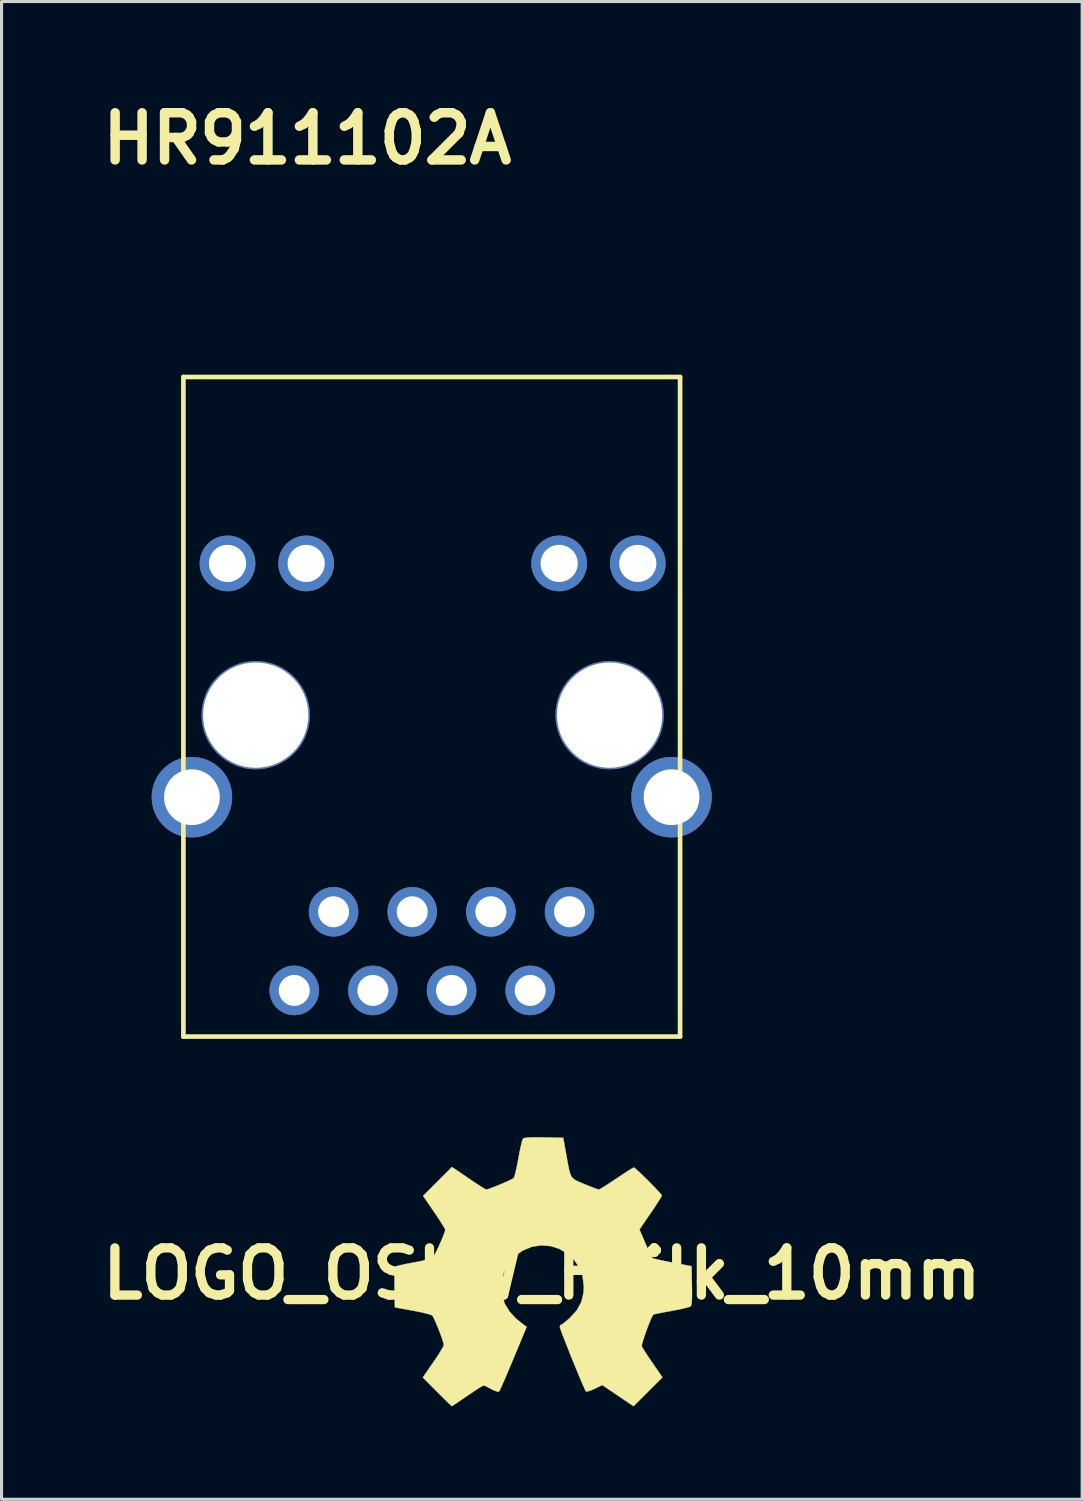
<source format=kicad_pcb>
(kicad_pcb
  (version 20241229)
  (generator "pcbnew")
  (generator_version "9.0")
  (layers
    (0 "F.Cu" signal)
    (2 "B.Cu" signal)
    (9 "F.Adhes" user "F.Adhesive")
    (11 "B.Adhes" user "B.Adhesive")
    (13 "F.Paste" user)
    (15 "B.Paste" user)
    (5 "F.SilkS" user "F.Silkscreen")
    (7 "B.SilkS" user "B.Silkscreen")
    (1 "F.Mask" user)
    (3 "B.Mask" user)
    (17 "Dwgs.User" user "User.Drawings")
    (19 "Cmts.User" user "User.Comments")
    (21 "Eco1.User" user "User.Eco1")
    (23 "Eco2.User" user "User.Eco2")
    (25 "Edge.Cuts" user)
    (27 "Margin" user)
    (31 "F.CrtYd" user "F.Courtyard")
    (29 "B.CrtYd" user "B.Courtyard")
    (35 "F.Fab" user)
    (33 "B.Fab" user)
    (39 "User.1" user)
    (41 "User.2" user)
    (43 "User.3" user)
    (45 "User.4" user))
  (footprint "LOGO_OSHW_FSilk_10mm"
    (layer "F.Cu")
    (at 14.449 38.085)
    (property "Reference" "LOGO_OSHW_FSilk_10mm" (at 0 0 0) (layer "F.SilkS") (effects (font (size 1.524 1.524) (thickness 0.3))))
    (attr through_hole)
    (fp_poly (pts (xy 0.062 -4.402) (xy 0.69 -4.389) (xy 0.791 -3.832) (xy 0.84 -3.562) (xy 0.879 -3.363) (xy 0.918 -3.223) (xy 0.966 -3.125) (xy 1.032 -3.056) (xy 1.125 -3.001) (xy 1.254 -2.944) (xy 1.377 -2.893) (xy 1.557 -2.82) (xy 1.708 -2.761) (xy 1.809 -2.726) (xy 1.839 -2.718) (xy 1.89 -2.742) (xy 2 -2.807) (xy 2.154 -2.905) (xy 2.338 -3.027) (xy 2.409 -3.075) (xy 2.6 -3.202) (xy 2.765 -3.31) (xy 2.891 -3.388) (xy 2.962 -3.428) (xy 2.972 -3.431) (xy 3.017 -3.401) (xy 3.108 -3.32) (xy 3.232 -3.203) (xy 3.375 -3.063) (xy 3.523 -2.915) (xy 3.661 -2.773) (xy 3.775 -2.651) (xy 3.852 -2.563) (xy 3.877 -2.524) (xy 3.853 -2.476) (xy 3.787 -2.369) (xy 3.689 -2.217) (xy 3.567 -2.034) (xy 3.515 -1.958) (xy 3.153 -1.428) (xy 3.345 -0.979) (xy 3.427 -0.794) (xy 3.501 -0.64) (xy 3.557 -0.536) (xy 3.584 -0.5) (xy 3.644 -0.482) (xy 3.773 -0.451) (xy 3.955 -0.412) (xy 4.172 -0.369) (xy 4.233 -0.357) (xy 4.835 -0.243) (xy 4.847 0.384) (xy 4.85 0.655) (xy 4.846 0.848) (xy 4.835 0.973) (xy 4.815 1.042) (xy 4.803 1.057) (xy 4.739 1.082) (xy 4.606 1.116) (xy 4.423 1.156) (xy 4.209 1.197) (xy 4.19 1.201) (xy 3.977 1.239) (xy 3.797 1.274) (xy 3.667 1.301) (xy 3.605 1.318) (xy 3.603 1.319) (xy 3.567 1.372) (xy 3.513 1.489) (xy 3.448 1.649) (xy 3.38 1.83) (xy 3.316 2.012) (xy 3.265 2.173) (xy 3.233 2.293) (xy 3.228 2.348) (xy 3.262 2.409) (xy 3.336 2.526) (xy 3.44 2.684) (xy 3.563 2.865) (xy 3.574 2.881) (xy 3.894 3.347) (xy 3.428 3.813) (xy 2.961 4.279) (xy 1.951 3.596) (xy 1.705 3.717) (xy 1.57 3.775) (xy 1.468 3.804) (xy 1.424 3.801) (xy 1.395 3.748) (xy 1.34 3.625) (xy 1.263 3.448) (xy 1.172 3.23) (xy 1.071 2.985) (xy 0.966 2.728) (xy 0.864 2.473) (xy 0.769 2.233) (xy 0.688 2.024) (xy 0.625 1.858) (xy 0.588 1.75) (xy 0.579 1.717) (xy 0.601 1.657) (xy 0.62 1.649) (xy 0.671 1.621) (xy 0.767 1.546) (xy 0.888 1.441) (xy 0.904 1.427) (xy 1.13 1.179) (xy 1.274 0.916) (xy 1.345 0.619) (xy 1.356 0.423) (xy 1.317 0.089) (xy 1.206 -0.205) (xy 1.036 -0.456) (xy 0.818 -0.657) (xy 0.562 -0.804) (xy 0.28 -0.892) (xy -0.018 -0.916) (xy -0.319 -0.871) (xy -0.612 -0.752) (xy -0.884 -0.558) (xy -1.093 -0.312) (xy -1.233 -0.022) (xy -1.302 0.293) (xy -1.296 0.617) (xy -1.211 0.932) (xy -1.185 0.991) (xy -1.038 1.23) (xy -0.828 1.454) (xy -0.613 1.627) (xy -0.49 1.716) (xy -0.916 2.741) (xy -1.034 3.024) (xy -1.143 3.281) (xy -1.238 3.499) (xy -1.312 3.667) (xy -1.362 3.772) (xy -1.38 3.804) (xy -1.439 3.807) (xy -1.549 3.767) (xy -1.629 3.727) (xy -1.754 3.661) (xy -1.85 3.618) (xy -1.882 3.609) (xy -1.933 3.634) (xy -2.042 3.7) (xy -2.194 3.798) (xy -2.373 3.919) (xy -2.409 3.944) (xy -2.589 4.067) (xy -2.741 4.17) (xy -2.85 4.243) (xy -2.904 4.277) (xy -2.906 4.278) (xy -2.941 4.248) (xy -3.027 4.166) (xy -3.153 4.043) (xy -3.307 3.889) (xy -3.383 3.814) (xy -3.845 3.35) (xy -3.504 2.858) (xy -3.378 2.671) (xy -3.273 2.506) (xy -3.199 2.379) (xy -3.165 2.305) (xy -3.164 2.297) (xy -3.181 2.222) (xy -3.224 2.089) (xy -3.286 1.92) (xy -3.357 1.74) (xy -3.428 1.57) (xy -3.49 1.435) (xy -3.533 1.356) (xy -3.538 1.35) (xy -3.598 1.323) (xy -3.729 1.285) (xy -3.911 1.243) (xy -4.126 1.199) (xy -4.166 1.192) (xy -4.746 1.086) (xy -4.758 0.446) (xy -4.76 0.216) (xy -4.758 0.017) (xy -4.751 -0.133) (xy -4.741 -0.217) (xy -4.736 -0.228) (xy -4.681 -0.248) (xy -4.556 -0.279) (xy -4.379 -0.317) (xy -4.168 -0.357) (xy -4.144 -0.361) (xy -3.895 -0.41) (xy -3.697 -0.458) (xy -3.564 -0.503) (xy -3.516 -0.531) (xy -3.472 -0.598) (xy -3.406 -0.724) (xy -3.329 -0.885) (xy -3.252 -1.059) (xy -3.184 -1.221) (xy -3.137 -1.35) (xy -3.119 -1.421) (xy -3.143 -1.472) (xy -3.209 -1.582) (xy -3.308 -1.737) (xy -3.43 -1.921) (xy -3.477 -1.99) (xy -3.835 -2.514) (xy -3.368 -2.981) (xy -2.902 -3.447) (xy -2.368 -3.083) (xy -2.176 -2.953) (xy -2.009 -2.844) (xy -1.881 -2.764) (xy -1.807 -2.722) (xy -1.795 -2.718) (xy -1.727 -2.735) (xy -1.602 -2.78) (xy -1.442 -2.843) (xy -1.27 -2.915) (xy -1.109 -2.986) (xy -0.983 -3.046) (xy -0.913 -3.086) (xy -0.909 -3.089) (xy -0.883 -3.151) (xy -0.848 -3.282) (xy -0.807 -3.465) (xy -0.765 -3.681) (xy -0.758 -3.721) (xy -0.717 -3.941) (xy -0.676 -4.132) (xy -0.641 -4.275) (xy -0.614 -4.352) (xy -0.611 -4.357) (xy -0.567 -4.381) (xy -0.47 -4.396) (xy -0.311 -4.404) (xy -0.079 -4.404) (xy 0.062 -4.402)) (stroke (width 0.01) (type solid)) (fill yes) (layer "F.SilkS")))
  (footprint "HR911102A"
    (layer "F.Cu")
    (at 2.873 30.426)
    (property "Reference" "HR911102A" (at 4 -29 0) (layer "F.SilkS") (effects (font (size 1.524 1.524) (thickness 0.305))))
    (attr through_hole)
    (fp_line (start 0 -21.3) (end 16.04 -21.3) (stroke (width 0.15) (type solid)) (layer "F.SilkS"))
    (fp_line (start 0 0) (end 0 -21.3) (stroke (width 0.15) (type solid)) (layer "F.SilkS"))
    (fp_line (start 0 0) (end 16.04 0) (stroke (width 0.15) (type solid)) (layer "F.SilkS"))
    (fp_line (start 16.04 0) (end 16.04 -21.3) (stroke (width 0.15) (type solid)) (layer "F.SilkS"))
    (pad "1" thru_hole circle (at 12.47 -4.03) (size 1.6 1.6) (drill 1) (layers "*.Cu" "*.Mask"))
    (pad "2" thru_hole circle (at 11.2 -1.49) (size 1.6 1.6) (drill 1) (layers "*.Cu" "*.Mask"))
    (pad "3" thru_hole circle (at 9.93 -4.03) (size 1.6 1.6) (drill 1) (layers "*.Cu" "*.Mask"))
    (pad "4" thru_hole circle (at 8.66 -1.49) (size 1.6 1.6) (drill 1) (layers "*.Cu" "*.Mask"))
    (pad "5" thru_hole circle (at 7.39 -4.03) (size 1.6 1.6) (drill 1) (layers "*.Cu" "*.Mask"))
    (pad "6" thru_hole circle (at 6.12 -1.49) (size 1.6 1.6) (drill 1) (layers "*.Cu" "*.Mask"))
    (pad "7" thru_hole circle (at 4.85 -4.03) (size 1.6 1.6) (drill 1) (layers "*.Cu" "*.Mask"))
    (pad "8" thru_hole circle (at 3.58 -1.49) (size 1.6 1.6) (drill 1) (layers "*.Cu" "*.Mask"))
    (pad "9" thru_hole circle (at 14.675 -15.28) (size 1.8 1.8) (drill 1.2) (layers "*.Cu" "*.Mask"))
    (pad "10" thru_hole circle (at 12.135 -15.28) (size 1.8 1.8) (drill 1.2) (layers "*.Cu" "*.Mask"))
    (pad "11" thru_hole circle (at 3.965 -15.28) (size 1.8 1.8) (drill 1.2) (layers "*.Cu" "*.Mask"))
    (pad "12" thru_hole circle (at 1.425 -15.28) (size 1.8 1.8) (drill 1.2) (layers "*.Cu" "*.Mask"))
    (pad "13" thru_hole circle (at 0.275 -7.73) (size 2.6 2.6) (drill 1.8) (layers "*.Cu" "*.Mask"))
    (pad "14" thru_hole circle (at 15.765 -7.73) (size 2.6 2.6) (drill 1.8) (layers "*.Cu" "*.Mask"))
    (pad "H1" thru_hole circle (at 2.335 -10.38) (size 3.5 3.5) (drill 3.4) (layers "*.Cu" "*.Mask"))
    (pad "H2" thru_hole circle (at 13.765 -10.38) (size 3.5 3.5) (drill 3.4) (layers "*.Cu" "*.Mask")))
  (gr_rect
    (start -3 -3)
    (end 31.898 45.37)
    (stroke (width 0.1) (type default))
    (fill no)
    (layer "Edge.Cuts")))
</source>
